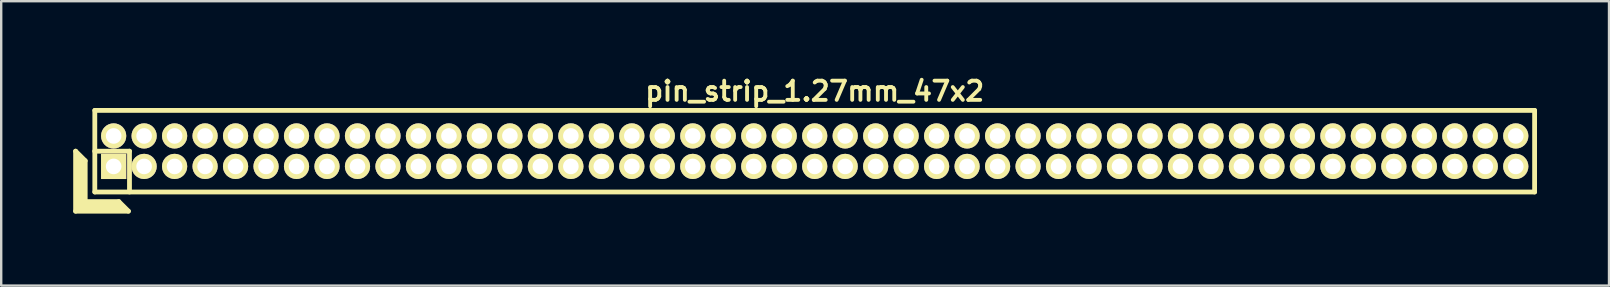
<source format=kicad_pcb>
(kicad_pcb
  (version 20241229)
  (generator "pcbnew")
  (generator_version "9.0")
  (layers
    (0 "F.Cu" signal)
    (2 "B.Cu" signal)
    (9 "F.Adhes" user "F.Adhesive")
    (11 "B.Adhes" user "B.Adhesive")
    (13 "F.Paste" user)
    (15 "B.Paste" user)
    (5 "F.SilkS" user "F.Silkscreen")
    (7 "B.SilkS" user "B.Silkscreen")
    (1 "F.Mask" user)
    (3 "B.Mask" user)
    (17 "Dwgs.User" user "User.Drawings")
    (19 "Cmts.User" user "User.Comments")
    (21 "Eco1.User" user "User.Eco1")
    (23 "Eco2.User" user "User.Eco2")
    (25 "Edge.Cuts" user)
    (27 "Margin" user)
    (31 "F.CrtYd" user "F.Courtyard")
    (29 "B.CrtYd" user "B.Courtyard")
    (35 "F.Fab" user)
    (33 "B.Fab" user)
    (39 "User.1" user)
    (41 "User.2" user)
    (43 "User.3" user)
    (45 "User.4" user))
  (footprint "pin_strip_1.27mm_47x2"
    (layer "F.Cu")
    (at 30.895 3.249)
    (property "Reference" "pin_strip_1.27mm_47x2" (at 0 -2.5 0) (layer "F.SilkS") (effects (font (size 0.8 0.8) (thickness 0.16))))
    (attr through_hole)
    (fp_line (start -30.795 0) (end -30.795 2.5) (stroke (width 0.2) (type solid)) (layer "F.SilkS"))
    (fp_line (start -30.795 0) (end -30.395 0.4) (stroke (width 0.2) (type solid)) (layer "F.SilkS"))
    (fp_line (start -30.795 2.5) (end -28.595 2.5) (stroke (width 0.2) (type solid)) (layer "F.SilkS"))
    (fp_line (start -30.695 2.4) (end -30.695 0.2) (stroke (width 0.2) (type solid)) (layer "F.SilkS"))
    (fp_line (start -30.695 2.4) (end -28.795 2.4) (stroke (width 0.2) (type solid)) (layer "F.SilkS"))
    (fp_line (start -30.595 2.3) (end -30.595 0.3) (stroke (width 0.2) (type solid)) (layer "F.SilkS"))
    (fp_line (start -30.595 2.3) (end -28.895 2.3) (stroke (width 0.2) (type solid)) (layer "F.SilkS"))
    (fp_line (start -30.495 2.2) (end -30.495 0.4) (stroke (width 0.2) (type solid)) (layer "F.SilkS"))
    (fp_line (start -30.495 2.2) (end -28.995 2.2) (stroke (width 0.2) (type solid)) (layer "F.SilkS"))
    (fp_line (start -30.395 2.1) (end -30.395 0.4) (stroke (width 0.2) (type solid)) (layer "F.SilkS"))
    (fp_line (start -30.395 2.1) (end -28.995 2.1) (stroke (width 0.2) (type solid)) (layer "F.SilkS"))
    (fp_line (start -30 0) (end -28.55 0) (stroke (width 0.2) (type solid)) (layer "F.SilkS"))
    (fp_line (start -29.995 -1.7) (end 29.995 -1.7) (stroke (width 0.2) (type solid)) (layer "F.SilkS"))
    (fp_line (start -29.995 1.7) (end -29.995 -1.7) (stroke (width 0.2) (type solid)) (layer "F.SilkS"))
    (fp_line (start -28.995 2.1) (end -28.595 2.5) (stroke (width 0.2) (type solid)) (layer "F.SilkS"))
    (fp_line (start -28.55 0) (end -28.55 1.7) (stroke (width 0.2) (type solid)) (layer "F.SilkS"))
    (fp_line (start 29.995 -1.7) (end 29.995 1.7) (stroke (width 0.2) (type solid)) (layer "F.SilkS"))
    (fp_line (start 29.995 1.7) (end -29.995 1.7) (stroke (width 0.2) (type solid)) (layer "F.SilkS"))
    (pad "1" thru_hole rect (at -29.21 0.635) (size 1.05 1.05) (drill 0.65) (layers "*.Cu" "*.Mask" "F.SilkS"))
    (pad "2" thru_hole oval (at -29.21 -0.635) (size 1.05 1.05) (drill 0.65) (layers "*.Cu" "*.Mask" "F.SilkS"))
    (pad "3" thru_hole oval (at -27.94 0.635) (size 1.05 1.05) (drill 0.65) (layers "*.Cu" "*.Mask" "F.SilkS"))
    (pad "4" thru_hole oval (at -27.94 -0.635) (size 1.05 1.05) (drill 0.65) (layers "*.Cu" "*.Mask" "F.SilkS"))
    (pad "5" thru_hole oval (at -26.67 0.635) (size 1.05 1.05) (drill 0.65) (layers "*.Cu" "*.Mask" "F.SilkS"))
    (pad "6" thru_hole oval (at -26.67 -0.635) (size 1.05 1.05) (drill 0.65) (layers "*.Cu" "*.Mask" "F.SilkS"))
    (pad "7" thru_hole oval (at -25.4 0.635) (size 1.05 1.05) (drill 0.65) (layers "*.Cu" "*.Mask" "F.SilkS"))
    (pad "8" thru_hole oval (at -25.4 -0.635) (size 1.05 1.05) (drill 0.65) (layers "*.Cu" "*.Mask" "F.SilkS"))
    (pad "9" thru_hole oval (at -24.13 0.635) (size 1.05 1.05) (drill 0.65) (layers "*.Cu" "*.Mask" "F.SilkS"))
    (pad "10" thru_hole oval (at -24.13 -0.635) (size 1.05 1.05) (drill 0.65) (layers "*.Cu" "*.Mask" "F.SilkS"))
    (pad "11" thru_hole oval (at -22.86 0.635) (size 1.05 1.05) (drill 0.65) (layers "*.Cu" "*.Mask" "F.SilkS"))
    (pad "12" thru_hole oval (at -22.86 -0.635) (size 1.05 1.05) (drill 0.65) (layers "*.Cu" "*.Mask" "F.SilkS"))
    (pad "13" thru_hole oval (at -21.59 0.635) (size 1.05 1.05) (drill 0.65) (layers "*.Cu" "*.Mask" "F.SilkS"))
    (pad "14" thru_hole oval (at -21.59 -0.635) (size 1.05 1.05) (drill 0.65) (layers "*.Cu" "*.Mask" "F.SilkS"))
    (pad "15" thru_hole oval (at -20.32 0.635) (size 1.05 1.05) (drill 0.65) (layers "*.Cu" "*.Mask" "F.SilkS"))
    (pad "16" thru_hole oval (at -20.32 -0.635) (size 1.05 1.05) (drill 0.65) (layers "*.Cu" "*.Mask" "F.SilkS"))
    (pad "17" thru_hole oval (at -19.05 0.635) (size 1.05 1.05) (drill 0.65) (layers "*.Cu" "*.Mask" "F.SilkS"))
    (pad "18" thru_hole oval (at -19.05 -0.635) (size 1.05 1.05) (drill 0.65) (layers "*.Cu" "*.Mask" "F.SilkS"))
    (pad "19" thru_hole oval (at -17.78 0.635) (size 1.05 1.05) (drill 0.65) (layers "*.Cu" "*.Mask" "F.SilkS"))
    (pad "20" thru_hole oval (at -17.78 -0.635) (size 1.05 1.05) (drill 0.65) (layers "*.Cu" "*.Mask" "F.SilkS"))
    (pad "21" thru_hole oval (at -16.51 0.635) (size 1.05 1.05) (drill 0.65) (layers "*.Cu" "*.Mask" "F.SilkS"))
    (pad "22" thru_hole oval (at -16.51 -0.635) (size 1.05 1.05) (drill 0.65) (layers "*.Cu" "*.Mask" "F.SilkS"))
    (pad "23" thru_hole oval (at -15.24 0.635) (size 1.05 1.05) (drill 0.65) (layers "*.Cu" "*.Mask" "F.SilkS"))
    (pad "24" thru_hole oval (at -15.24 -0.635) (size 1.05 1.05) (drill 0.65) (layers "*.Cu" "*.Mask" "F.SilkS"))
    (pad "25" thru_hole oval (at -13.97 0.635) (size 1.05 1.05) (drill 0.65) (layers "*.Cu" "*.Mask" "F.SilkS"))
    (pad "26" thru_hole oval (at -13.97 -0.635) (size 1.05 1.05) (drill 0.65) (layers "*.Cu" "*.Mask" "F.SilkS"))
    (pad "27" thru_hole oval (at -12.7 0.635) (size 1.05 1.05) (drill 0.65) (layers "*.Cu" "*.Mask" "F.SilkS"))
    (pad "28" thru_hole oval (at -12.7 -0.635) (size 1.05 1.05) (drill 0.65) (layers "*.Cu" "*.Mask" "F.SilkS"))
    (pad "29" thru_hole oval (at -11.43 0.635) (size 1.05 1.05) (drill 0.65) (layers "*.Cu" "*.Mask" "F.SilkS"))
    (pad "30" thru_hole oval (at -11.43 -0.635) (size 1.05 1.05) (drill 0.65) (layers "*.Cu" "*.Mask" "F.SilkS"))
    (pad "31" thru_hole oval (at -10.16 0.635) (size 1.05 1.05) (drill 0.65) (layers "*.Cu" "*.Mask" "F.SilkS"))
    (pad "32" thru_hole oval (at -10.16 -0.635) (size 1.05 1.05) (drill 0.65) (layers "*.Cu" "*.Mask" "F.SilkS"))
    (pad "33" thru_hole oval (at -8.89 0.635) (size 1.05 1.05) (drill 0.65) (layers "*.Cu" "*.Mask" "F.SilkS"))
    (pad "34" thru_hole oval (at -8.89 -0.635) (size 1.05 1.05) (drill 0.65) (layers "*.Cu" "*.Mask" "F.SilkS"))
    (pad "35" thru_hole oval (at -7.62 0.635) (size 1.05 1.05) (drill 0.65) (layers "*.Cu" "*.Mask" "F.SilkS"))
    (pad "36" thru_hole oval (at -7.62 -0.635) (size 1.05 1.05) (drill 0.65) (layers "*.Cu" "*.Mask" "F.SilkS"))
    (pad "37" thru_hole oval (at -6.35 0.635) (size 1.05 1.05) (drill 0.65) (layers "*.Cu" "*.Mask" "F.SilkS"))
    (pad "38" thru_hole oval (at -6.35 -0.635) (size 1.05 1.05) (drill 0.65) (layers "*.Cu" "*.Mask" "F.SilkS"))
    (pad "39" thru_hole oval (at -5.08 0.635) (size 1.05 1.05) (drill 0.65) (layers "*.Cu" "*.Mask" "F.SilkS"))
    (pad "40" thru_hole oval (at -5.08 -0.635) (size 1.05 1.05) (drill 0.65) (layers "*.Cu" "*.Mask" "F.SilkS"))
    (pad "41" thru_hole oval (at -3.81 0.635) (size 1.05 1.05) (drill 0.65) (layers "*.Cu" "*.Mask" "F.SilkS"))
    (pad "42" thru_hole oval (at -3.81 -0.635) (size 1.05 1.05) (drill 0.65) (layers "*.Cu" "*.Mask" "F.SilkS"))
    (pad "43" thru_hole oval (at -2.54 0.635) (size 1.05 1.05) (drill 0.65) (layers "*.Cu" "*.Mask" "F.SilkS"))
    (pad "44" thru_hole oval (at -2.54 -0.635) (size 1.05 1.05) (drill 0.65) (layers "*.Cu" "*.Mask" "F.SilkS"))
    (pad "45" thru_hole oval (at -1.27 0.635) (size 1.05 1.05) (drill 0.65) (layers "*.Cu" "*.Mask" "F.SilkS"))
    (pad "46" thru_hole oval (at -1.27 -0.635) (size 1.05 1.05) (drill 0.65) (layers "*.Cu" "*.Mask" "F.SilkS"))
    (pad "47" thru_hole oval (at 0 0.635) (size 1.05 1.05) (drill 0.65) (layers "*.Cu" "*.Mask" "F.SilkS"))
    (pad "48" thru_hole oval (at 0 -0.635) (size 1.05 1.05) (drill 0.65) (layers "*.Cu" "*.Mask" "F.SilkS"))
    (pad "49" thru_hole oval (at 1.27 0.635) (size 1.05 1.05) (drill 0.65) (layers "*.Cu" "*.Mask" "F.SilkS"))
    (pad "50" thru_hole oval (at 1.27 -0.635) (size 1.05 1.05) (drill 0.65) (layers "*.Cu" "*.Mask" "F.SilkS"))
    (pad "51" thru_hole circle (at 2.54 0.635) (size 1.05 1.05) (drill 0.65) (layers "*.Cu" "*.Mask" "F.SilkS"))
    (pad "52" thru_hole oval (at 2.54 -0.635) (size 1.05 1.05) (drill 0.65) (layers "*.Cu" "*.Mask" "F.SilkS"))
    (pad "53" thru_hole oval (at 3.81 0.635) (size 1.05 1.05) (drill 0.65) (layers "*.Cu" "*.Mask" "F.SilkS"))
    (pad "54" thru_hole oval (at 3.81 -0.635) (size 1.05 1.05) (drill 0.65) (layers "*.Cu" "*.Mask" "F.SilkS"))
    (pad "55" thru_hole oval (at 5.08 0.635) (size 1.05 1.05) (drill 0.65) (layers "*.Cu" "*.Mask" "F.SilkS"))
    (pad "56" thru_hole oval (at 5.08 -0.635) (size 1.05 1.05) (drill 0.65) (layers "*.Cu" "*.Mask" "F.SilkS"))
    (pad "57" thru_hole oval (at 6.35 0.635) (size 1.05 1.05) (drill 0.65) (layers "*.Cu" "*.Mask" "F.SilkS"))
    (pad "58" thru_hole oval (at 6.35 -0.635) (size 1.05 1.05) (drill 0.65) (layers "*.Cu" "*.Mask" "F.SilkS"))
    (pad "59" thru_hole oval (at 7.62 0.635) (size 1.05 1.05) (drill 0.65) (layers "*.Cu" "*.Mask" "F.SilkS"))
    (pad "60" thru_hole oval (at 7.62 -0.635) (size 1.05 1.05) (drill 0.65) (layers "*.Cu" "*.Mask" "F.SilkS"))
    (pad "61" thru_hole oval (at 8.89 0.635) (size 1.05 1.05) (drill 0.65) (layers "*.Cu" "*.Mask" "F.SilkS"))
    (pad "62" thru_hole oval (at 8.89 -0.635) (size 1.05 1.05) (drill 0.65) (layers "*.Cu" "*.Mask" "F.SilkS"))
    (pad "63" thru_hole oval (at 10.16 0.635) (size 1.05 1.05) (drill 0.65) (layers "*.Cu" "*.Mask" "F.SilkS"))
    (pad "64" thru_hole oval (at 10.16 -0.635) (size 1.05 1.05) (drill 0.65) (layers "*.Cu" "*.Mask" "F.SilkS"))
    (pad "65" thru_hole oval (at 11.43 0.635) (size 1.05 1.05) (drill 0.65) (layers "*.Cu" "*.Mask" "F.SilkS"))
    (pad "66" thru_hole oval (at 11.43 -0.635) (size 1.05 1.05) (drill 0.65) (layers "*.Cu" "*.Mask" "F.SilkS"))
    (pad "67" thru_hole oval (at 12.7 0.635) (size 1.05 1.05) (drill 0.65) (layers "*.Cu" "*.Mask" "F.SilkS"))
    (pad "68" thru_hole oval (at 12.7 -0.635) (size 1.05 1.05) (drill 0.65) (layers "*.Cu" "*.Mask" "F.SilkS"))
    (pad "69" thru_hole oval (at 13.97 0.635) (size 1.05 1.05) (drill 0.65) (layers "*.Cu" "*.Mask" "F.SilkS"))
    (pad "70" thru_hole oval (at 13.97 -0.635) (size 1.05 1.05) (drill 0.65) (layers "*.Cu" "*.Mask" "F.SilkS"))
    (pad "71" thru_hole oval (at 15.24 0.635) (size 1.05 1.05) (drill 0.65) (layers "*.Cu" "*.Mask" "F.SilkS"))
    (pad "72" thru_hole oval (at 15.24 -0.635) (size 1.05 1.05) (drill 0.65) (layers "*.Cu" "*.Mask" "F.SilkS"))
    (pad "73" thru_hole oval (at 16.51 0.635) (size 1.05 1.05) (drill 0.65) (layers "*.Cu" "*.Mask" "F.SilkS"))
    (pad "74" thru_hole oval (at 16.51 -0.635) (size 1.05 1.05) (drill 0.65) (layers "*.Cu" "*.Mask" "F.SilkS"))
    (pad "75" thru_hole oval (at 17.78 0.635) (size 1.05 1.05) (drill 0.65) (layers "*.Cu" "*.Mask" "F.SilkS"))
    (pad "76" thru_hole oval (at 17.78 -0.635) (size 1.05 1.05) (drill 0.65) (layers "*.Cu" "*.Mask" "F.SilkS"))
    (pad "77" thru_hole oval (at 19.05 0.635) (size 1.05 1.05) (drill 0.65) (layers "*.Cu" "*.Mask" "F.SilkS"))
    (pad "78" thru_hole oval (at 19.05 -0.635) (size 1.05 1.05) (drill 0.65) (layers "*.Cu" "*.Mask" "F.SilkS"))
    (pad "79" thru_hole oval (at 20.32 0.635) (size 1.05 1.05) (drill 0.65) (layers "*.Cu" "*.Mask" "F.SilkS"))
    (pad "80" thru_hole oval (at 20.32 -0.635) (size 1.05 1.05) (drill 0.65) (layers "*.Cu" "*.Mask" "F.SilkS"))
    (pad "81" thru_hole oval (at 21.59 0.635) (size 1.05 1.05) (drill 0.65) (layers "*.Cu" "*.Mask" "F.SilkS"))
    (pad "82" thru_hole oval (at 21.59 -0.635) (size 1.05 1.05) (drill 0.65) (layers "*.Cu" "*.Mask" "F.SilkS"))
    (pad "83" thru_hole oval (at 22.86 0.635) (size 1.05 1.05) (drill 0.65) (layers "*.Cu" "*.Mask" "F.SilkS"))
    (pad "84" thru_hole oval (at 22.86 -0.635) (size 1.05 1.05) (drill 0.65) (layers "*.Cu" "*.Mask" "F.SilkS"))
    (pad "85" thru_hole oval (at 24.13 0.635) (size 1.05 1.05) (drill 0.65) (layers "*.Cu" "*.Mask" "F.SilkS"))
    (pad "86" thru_hole oval (at 24.13 -0.635) (size 1.05 1.05) (drill 0.65) (layers "*.Cu" "*.Mask" "F.SilkS"))
    (pad "87" thru_hole oval (at 25.4 0.635) (size 1.05 1.05) (drill 0.65) (layers "*.Cu" "*.Mask" "F.SilkS"))
    (pad "88" thru_hole oval (at 25.4 -0.635) (size 1.05 1.05) (drill 0.65) (layers "*.Cu" "*.Mask" "F.SilkS"))
    (pad "89" thru_hole oval (at 26.67 0.635) (size 1.05 1.05) (drill 0.65) (layers "*.Cu" "*.Mask" "F.SilkS"))
    (pad "90" thru_hole oval (at 26.67 -0.635) (size 1.05 1.05) (drill 0.65) (layers "*.Cu" "*.Mask" "F.SilkS"))
    (pad "91" thru_hole oval (at 27.94 0.635) (size 1.05 1.05) (drill 0.65) (layers "*.Cu" "*.Mask" "F.SilkS"))
    (pad "92" thru_hole oval (at 27.94 -0.635) (size 1.05 1.05) (drill 0.65) (layers "*.Cu" "*.Mask" "F.SilkS"))
    (pad "93" thru_hole oval (at 29.21 0.635) (size 1.05 1.05) (drill 0.65) (layers "*.Cu" "*.Mask" "F.SilkS"))
    (pad "94" thru_hole oval (at 29.21 -0.635) (size 1.05 1.05) (drill 0.65) (layers "*.Cu" "*.Mask" "F.SilkS")))
  (gr_rect
    (start -3 -3)
    (end 63.99 8.849)
    (stroke (width 0.1) (type default))
    (fill no)
    (layer "Edge.Cuts")))
</source>
